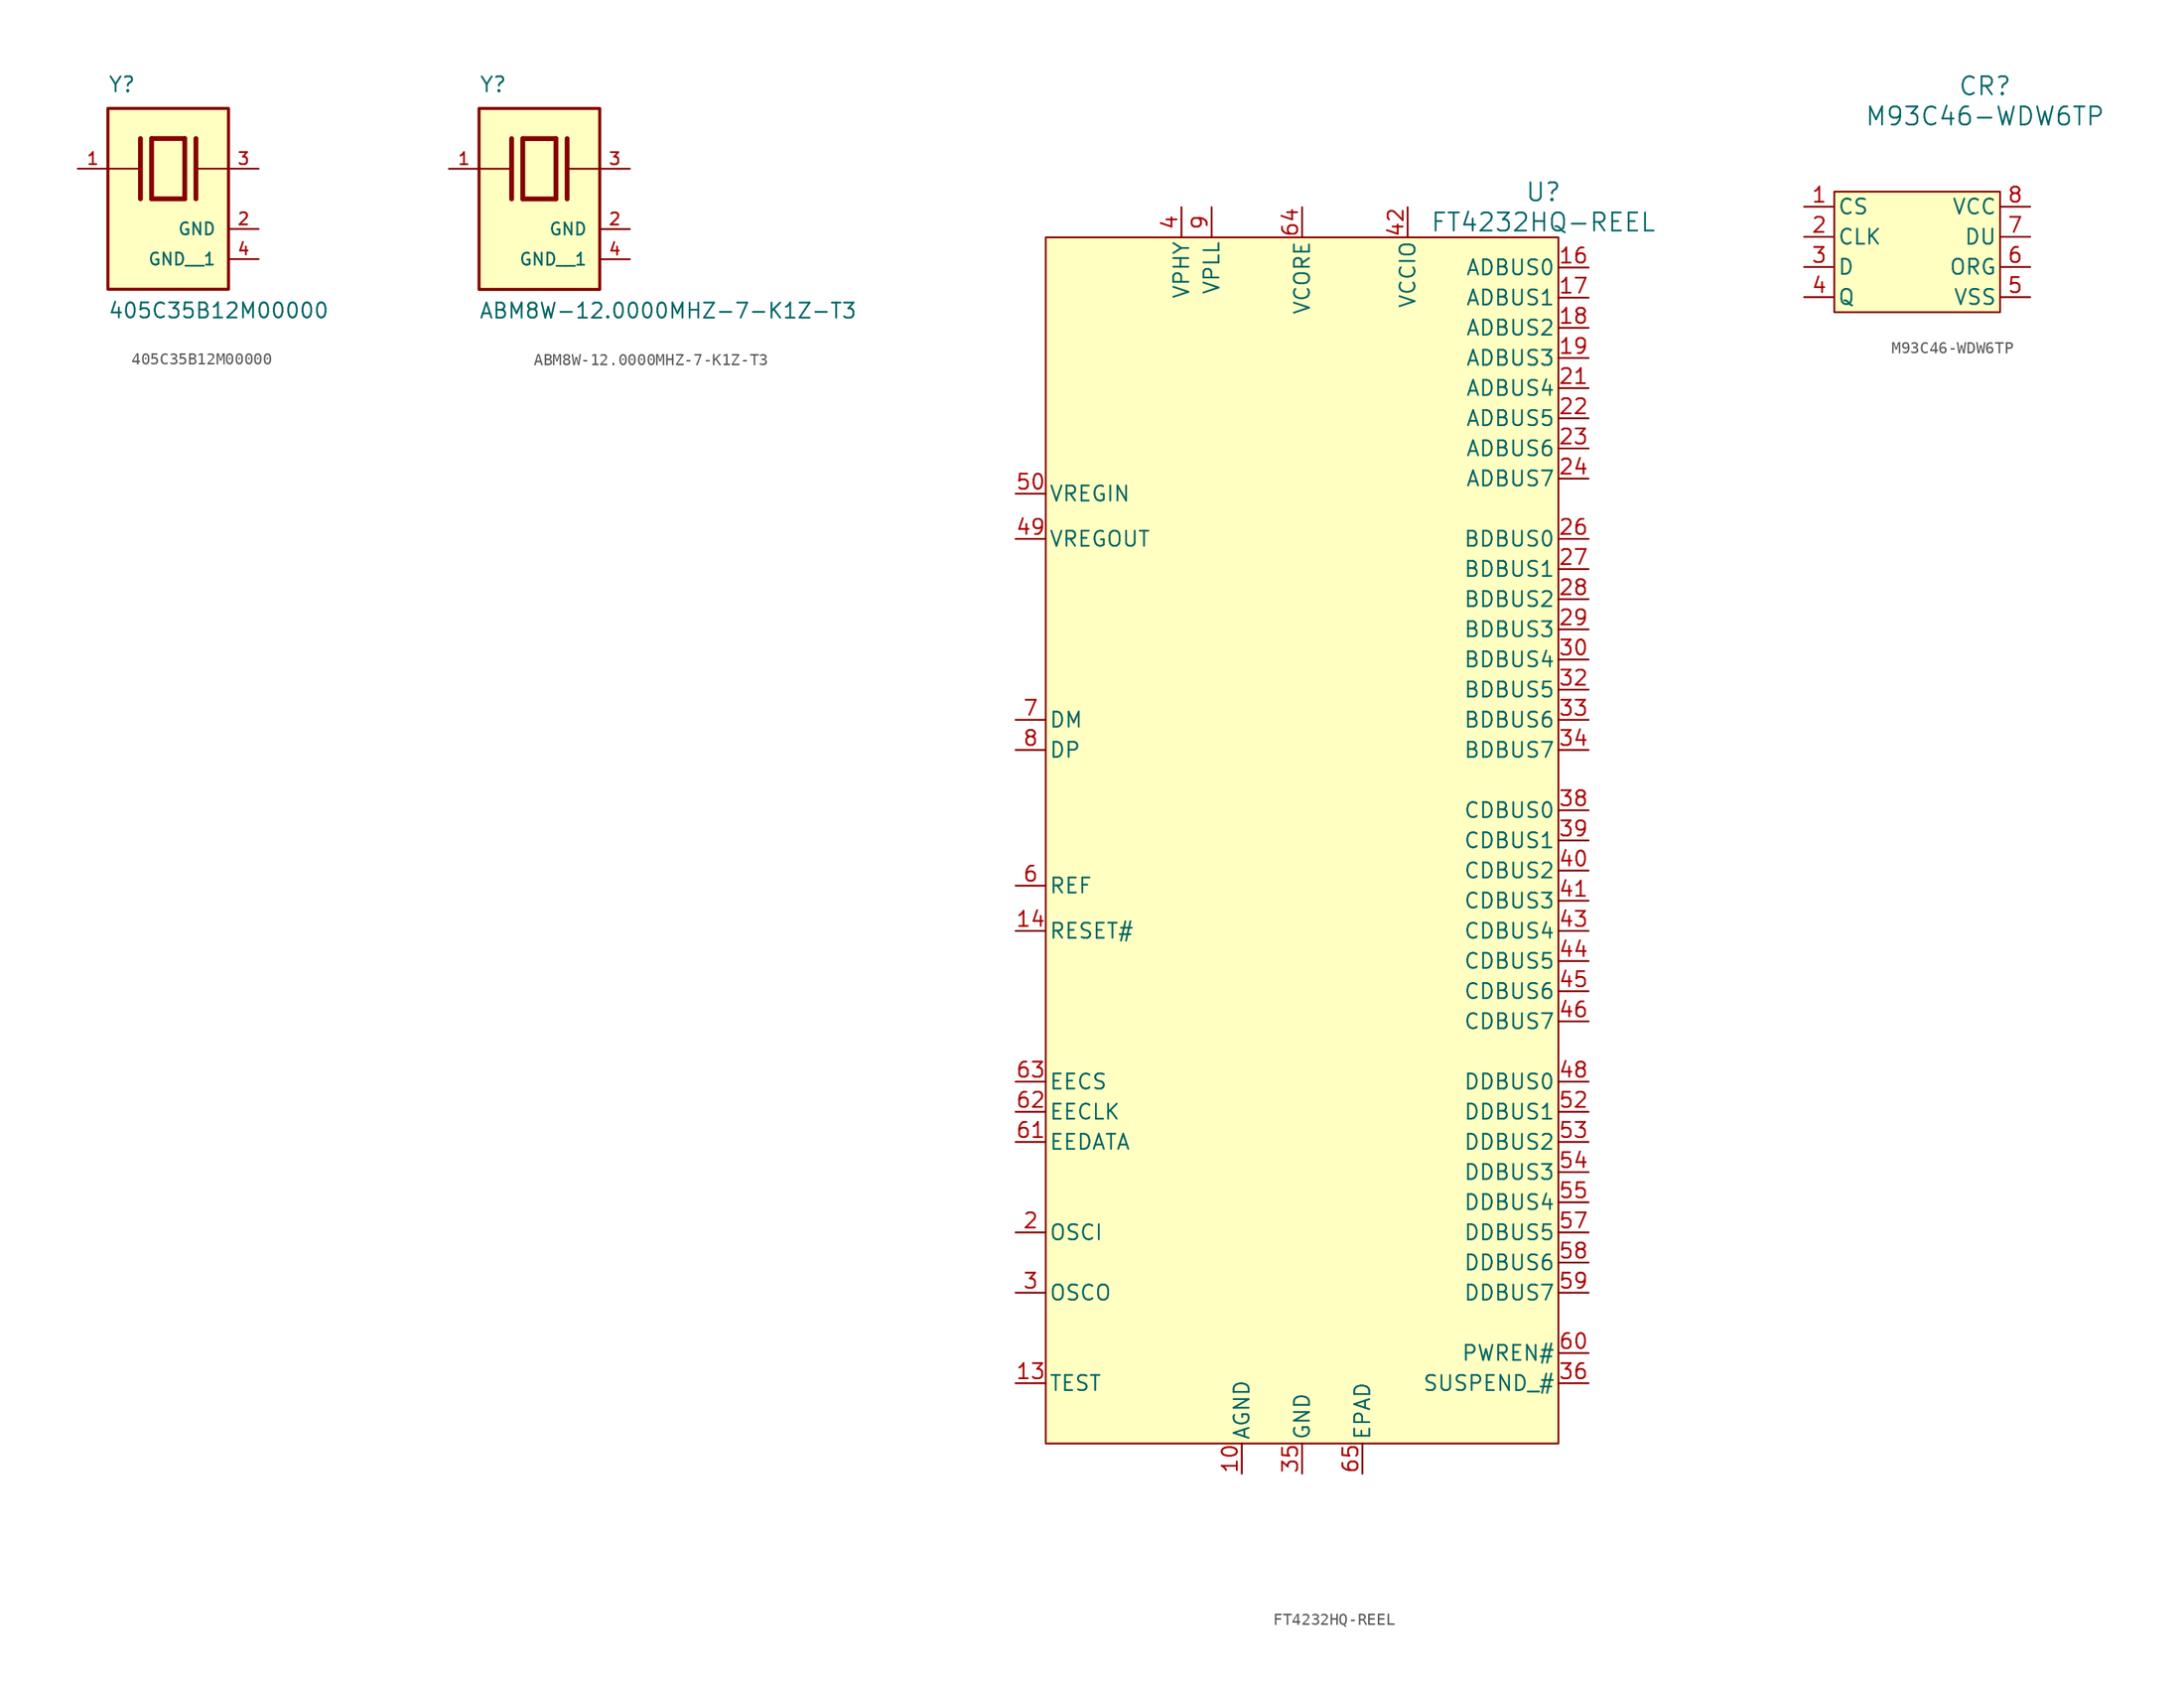
<source format=kicad_sym>
(kicad_symbol_lib
  (version 20220914)
  (generator kicad_symbol_editor)
  (symbol "405C35B12M00000"
    (pin_names
      (offset 1.016))
    (property "Reference" "Y"
      (at -5.08 6.35 0)
      (effects (font (size 1.27 1.27)) (justify left bottom)))
    (property "Value" "405C35B12M00000"
      (at -5.105 -12.7 0)
      (effects (font (size 1.27 1.27)) (justify left bottom)))
    (symbol "405C35B12M00000_0_0"
      (rectangle (start -5.08 -10.16) (end 5.08 5.08) (stroke (width 0.254) (type solid)) (fill (type background)))
      (polyline (pts (xy -5.08 0) (xy -2.54 0)) (stroke (width 0.152) (type solid)) (fill (type none)))
      (polyline (pts (xy -2.337 2.54) (xy -2.337 -2.54)) (stroke (width 0.406) (type solid)) (fill (type none)))
      (polyline (pts (xy -1.397 2.54) (xy -1.397 -2.54)) (stroke (width 0.406) (type solid)) (fill (type none)))
      (polyline (pts (xy -1.397 2.54) (xy 1.397 2.54)) (stroke (width 0.406) (type solid)) (fill (type none)))
      (polyline (pts (xy 1.397 -2.54) (xy -1.397 -2.54)) (stroke (width 0.406) (type solid)) (fill (type none)))
      (polyline (pts (xy 1.397 2.54) (xy 1.397 -2.54)) (stroke (width 0.406) (type solid)) (fill (type none)))
      (polyline (pts (xy 2.337 2.54) (xy 2.337 -2.54)) (stroke (width 0.406) (type solid)) (fill (type none)))
      (polyline (pts (xy 2.54 0) (xy 5.08 0)) (stroke (width 0.152) (type solid)) (fill (type none)))
      (pin passive line (at -7.62 0 0) (length 2.54) (name "~" (effects (font (size 1.016 1.016)))) (number "1" (effects (font (size 1.016 1.016)))))
      (pin power_in line (at 7.62 -5.08 180) (length 2.54) (name "GND" (effects (font (size 1.016 1.016)))) (number "2" (effects (font (size 1.016 1.016)))))
      (pin passive line (at 7.62 0 180) (length 2.54) (name "~" (effects (font (size 1.016 1.016)))) (number "3" (effects (font (size 1.016 1.016)))))
      (pin power_in line (at 7.62 -7.62 180) (length 2.54) (name "GND__1" (effects (font (size 1.016 1.016)))) (number "4" (effects (font (size 1.016 1.016)))))))
  (symbol "ABM8W-12.0000MHZ-7-K1Z-T3"
    (pin_names
      (offset 1.016))
    (property "Reference" "Y"
      (at -5.08 6.35 0)
      (effects (font (size 1.27 1.27)) (justify left bottom)))
    (property "Value" "ABM8W-12.0000MHZ-7-K1Z-T3"
      (at -5.105 -12.7 0)
      (effects (font (size 1.27 1.27)) (justify left bottom)))
    (symbol "ABM8W-12.0000MHZ-7-K1Z-T3_0_0"
      (rectangle (start -5.08 -10.16) (end 5.08 5.08) (stroke (width 0.254) (type solid)) (fill (type background)))
      (polyline (pts (xy -5.08 0) (xy -2.54 0)) (stroke (width 0.152) (type solid)) (fill (type none)))
      (polyline (pts (xy -2.337 2.54) (xy -2.337 -2.54)) (stroke (width 0.406) (type solid)) (fill (type none)))
      (polyline (pts (xy -1.397 2.54) (xy -1.397 -2.54)) (stroke (width 0.406) (type solid)) (fill (type none)))
      (polyline (pts (xy -1.397 2.54) (xy 1.397 2.54)) (stroke (width 0.406) (type solid)) (fill (type none)))
      (polyline (pts (xy 1.397 -2.54) (xy -1.397 -2.54)) (stroke (width 0.406) (type solid)) (fill (type none)))
      (polyline (pts (xy 1.397 2.54) (xy 1.397 -2.54)) (stroke (width 0.406) (type solid)) (fill (type none)))
      (polyline (pts (xy 2.337 2.54) (xy 2.337 -2.54)) (stroke (width 0.406) (type solid)) (fill (type none)))
      (polyline (pts (xy 2.54 0) (xy 5.08 0)) (stroke (width 0.152) (type solid)) (fill (type none)))
      (pin passive line (at -7.62 0 0) (length 2.54) (name "~" (effects (font (size 1.016 1.016)))) (number "1" (effects (font (size 1.016 1.016)))))
      (pin power_in line (at 7.62 -5.08 180) (length 2.54) (name "GND" (effects (font (size 1.016 1.016)))) (number "2" (effects (font (size 1.016 1.016)))))
      (pin passive line (at 7.62 0 180) (length 2.54) (name "~" (effects (font (size 1.016 1.016)))) (number "3" (effects (font (size 1.016 1.016)))))
      (pin power_in line (at 7.62 -7.62 180) (length 2.54) (name "GND__1" (effects (font (size 1.016 1.016)))) (number "4" (effects (font (size 1.016 1.016)))))))
  (symbol "FT4232HQ-REEL"
    (pin_names
      (offset 0.254))
    (property "Reference" "U"
      (at 20.32 53.34 0)
      (effects (font (size 1.524 1.524))))
    (property "Value" "FT4232HQ-REEL"
      (at 20.32 50.8 0)
      (effects (font (size 1.524 1.524))))
    (symbol "FT4232HQ-REEL_0_1"
      (pin power_out line (at -5.08 -54.61 90) (length 2.54) (name "AGND" (effects (font (size 1.27 1.27)))) (number "10" (effects (font (size 1.27 1.27)))))
      (pin input line (at -24.13 -46.99 0) (length 2.54) (name "TEST" (effects (font (size 1.27 1.27)))) (number "13" (effects (font (size 1.27 1.27)))))
      (pin input line (at -24.13 -8.89 0) (length 2.54) (name "RESET#" (effects (font (size 1.27 1.27)))) (number "14" (effects (font (size 1.27 1.27)))))
      (pin bidirectional line (at 24.13 46.99 180) (length 2.54) (name "ADBUS0" (effects (font (size 1.27 1.27)))) (number "16" (effects (font (size 1.27 1.27)))))
      (pin bidirectional line (at 24.13 44.45 180) (length 2.54) (name "ADBUS1" (effects (font (size 1.27 1.27)))) (number "17" (effects (font (size 1.27 1.27)))))
      (pin bidirectional line (at 24.13 41.91 180) (length 2.54) (name "ADBUS2" (effects (font (size 1.27 1.27)))) (number "18" (effects (font (size 1.27 1.27)))))
      (pin bidirectional line (at 24.13 39.37 180) (length 2.54) (name "ADBUS3" (effects (font (size 1.27 1.27)))) (number "19" (effects (font (size 1.27 1.27)))))
      (pin input line (at -24.13 -34.29 0) (length 2.54) (name "OSCI" (effects (font (size 1.27 1.27)))) (number "2" (effects (font (size 1.27 1.27)))))
      (pin bidirectional line (at 24.13 36.83 180) (length 2.54) (name "ADBUS4" (effects (font (size 1.27 1.27)))) (number "21" (effects (font (size 1.27 1.27)))))
      (pin bidirectional line (at 24.13 34.29 180) (length 2.54) (name "ADBUS5" (effects (font (size 1.27 1.27)))) (number "22" (effects (font (size 1.27 1.27)))))
      (pin bidirectional line (at 24.13 31.75 180) (length 2.54) (name "ADBUS6" (effects (font (size 1.27 1.27)))) (number "23" (effects (font (size 1.27 1.27)))))
      (pin bidirectional line (at 24.13 29.21 180) (length 2.54) (name "ADBUS7" (effects (font (size 1.27 1.27)))) (number "24" (effects (font (size 1.27 1.27)))))
      (pin bidirectional line (at 24.13 24.13 180) (length 2.54) (name "BDBUS0" (effects (font (size 1.27 1.27)))) (number "26" (effects (font (size 1.27 1.27)))))
      (pin bidirectional line (at 24.13 21.59 180) (length 2.54) (name "BDBUS1" (effects (font (size 1.27 1.27)))) (number "27" (effects (font (size 1.27 1.27)))))
      (pin bidirectional line (at 24.13 19.05 180) (length 2.54) (name "BDBUS2" (effects (font (size 1.27 1.27)))) (number "28" (effects (font (size 1.27 1.27)))))
      (pin bidirectional line (at 24.13 16.51 180) (length 2.54) (name "BDBUS3" (effects (font (size 1.27 1.27)))) (number "29" (effects (font (size 1.27 1.27)))))
      (pin output line (at -24.13 -39.37 0) (length 2.54) (name "OSCO" (effects (font (size 1.27 1.27)))) (number "3" (effects (font (size 1.27 1.27)))))
      (pin bidirectional line (at 24.13 13.97 180) (length 2.54) (name "BDBUS4" (effects (font (size 1.27 1.27)))) (number "30" (effects (font (size 1.27 1.27)))))
      (pin bidirectional line (at 24.13 11.43 180) (length 2.54) (name "BDBUS5" (effects (font (size 1.27 1.27)))) (number "32" (effects (font (size 1.27 1.27)))))
      (pin bidirectional line (at 24.13 8.89 180) (length 2.54) (name "BDBUS6" (effects (font (size 1.27 1.27)))) (number "33" (effects (font (size 1.27 1.27)))))
      (pin bidirectional line (at 24.13 6.35 180) (length 2.54) (name "BDBUS7" (effects (font (size 1.27 1.27)))) (number "34" (effects (font (size 1.27 1.27)))))
      (pin power_out line (at 0 -54.61 90) (length 2.54) (name "GND" (effects (font (size 1.27 1.27)))) (number "35" (effects (font (size 1.27 1.27)))))
      (pin unspecified line (at 24.13 -46.99 180) (length 2.54) (name "SUSPEND_#" (effects (font (size 1.27 1.27)))) (number "36" (effects (font (size 1.27 1.27)))))
      (pin bidirectional line (at 24.13 1.27 180) (length 2.54) (name "CDBUS0" (effects (font (size 1.27 1.27)))) (number "38" (effects (font (size 1.27 1.27)))))
      (pin bidirectional line (at 24.13 -1.27 180) (length 2.54) (name "CDBUS1" (effects (font (size 1.27 1.27)))) (number "39" (effects (font (size 1.27 1.27)))))
      (pin power_in line (at -10.16 52.07 270) (length 2.54) (name "VPHY" (effects (font (size 1.27 1.27)))) (number "4" (effects (font (size 1.27 1.27)))))
      (pin bidirectional line (at 24.13 -3.81 180) (length 2.54) (name "CDBUS2" (effects (font (size 1.27 1.27)))) (number "40" (effects (font (size 1.27 1.27)))))
      (pin bidirectional line (at 24.13 -6.35 180) (length 2.54) (name "CDBUS3" (effects (font (size 1.27 1.27)))) (number "41" (effects (font (size 1.27 1.27)))))
      (pin power_in line (at 8.89 52.07 270) (length 2.54) (name "VCCIO" (effects (font (size 1.27 1.27)))) (number "42" (effects (font (size 1.27 1.27)))))
      (pin bidirectional line (at 24.13 -8.89 180) (length 2.54) (name "CDBUS4" (effects (font (size 1.27 1.27)))) (number "43" (effects (font (size 1.27 1.27)))))
      (pin bidirectional line (at 24.13 -11.43 180) (length 2.54) (name "CDBUS5" (effects (font (size 1.27 1.27)))) (number "44" (effects (font (size 1.27 1.27)))))
      (pin bidirectional line (at 24.13 -13.97 180) (length 2.54) (name "CDBUS6" (effects (font (size 1.27 1.27)))) (number "45" (effects (font (size 1.27 1.27)))))
      (pin bidirectional line (at 24.13 -16.51 180) (length 2.54) (name "CDBUS7" (effects (font (size 1.27 1.27)))) (number "46" (effects (font (size 1.27 1.27)))))
      (pin bidirectional line (at 24.13 -21.59 180) (length 2.54) (name "DDBUS0" (effects (font (size 1.27 1.27)))) (number "48" (effects (font (size 1.27 1.27)))))
      (pin output line (at -24.13 24.13 0) (length 2.54) (name "VREGOUT" (effects (font (size 1.27 1.27)))) (number "49" (effects (font (size 1.27 1.27)))))
      (pin power_in line (at -24.13 27.94 0) (length 2.54) (name "VREGIN" (effects (font (size 1.27 1.27)))) (number "50" (effects (font (size 1.27 1.27)))))
      (pin bidirectional line (at 24.13 -24.13 180) (length 2.54) (name "DDBUS1" (effects (font (size 1.27 1.27)))) (number "52" (effects (font (size 1.27 1.27)))))
      (pin bidirectional line (at 24.13 -26.67 180) (length 2.54) (name "DDBUS2" (effects (font (size 1.27 1.27)))) (number "53" (effects (font (size 1.27 1.27)))))
      (pin bidirectional line (at 24.13 -29.21 180) (length 2.54) (name "DDBUS3" (effects (font (size 1.27 1.27)))) (number "54" (effects (font (size 1.27 1.27)))))
      (pin bidirectional line (at 24.13 -31.75 180) (length 2.54) (name "DDBUS4" (effects (font (size 1.27 1.27)))) (number "55" (effects (font (size 1.27 1.27)))))
      (pin bidirectional line (at 24.13 -34.29 180) (length 2.54) (name "DDBUS5" (effects (font (size 1.27 1.27)))) (number "57" (effects (font (size 1.27 1.27)))))
      (pin bidirectional line (at 24.13 -36.83 180) (length 2.54) (name "DDBUS6" (effects (font (size 1.27 1.27)))) (number "58" (effects (font (size 1.27 1.27)))))
      (pin bidirectional line (at 24.13 -39.37 180) (length 2.54) (name "DDBUS7" (effects (font (size 1.27 1.27)))) (number "59" (effects (font (size 1.27 1.27)))))
      (pin input line (at -24.13 -5.08 0) (length 2.54) (name "REF" (effects (font (size 1.27 1.27)))) (number "6" (effects (font (size 1.27 1.27)))))
      (pin output line (at 24.13 -44.45 180) (length 2.54) (name "PWREN#" (effects (font (size 1.27 1.27)))) (number "60" (effects (font (size 1.27 1.27)))))
      (pin bidirectional line (at -24.13 -26.67 0) (length 2.54) (name "EEDATA" (effects (font (size 1.27 1.27)))) (number "61" (effects (font (size 1.27 1.27)))))
      (pin output line (at -24.13 -24.13 0) (length 2.54) (name "EECLK" (effects (font (size 1.27 1.27)))) (number "62" (effects (font (size 1.27 1.27)))))
      (pin bidirectional line (at -24.13 -21.59 0) (length 2.54) (name "EECS" (effects (font (size 1.27 1.27)))) (number "63" (effects (font (size 1.27 1.27)))))
      (pin power_in line (at 0 52.07 270) (length 2.54) (name "VCORE" (effects (font (size 1.27 1.27)))) (number "64" (effects (font (size 1.27 1.27)))))
      (pin power_out line (at 5.08 -54.61 90) (length 2.54) (name "EPAD" (effects (font (size 1.27 1.27)))) (number "65" (effects (font (size 1.27 1.27)))))
      (pin bidirectional line (at -24.13 8.89 0) (length 2.54) (name "DM" (effects (font (size 1.27 1.27)))) (number "7" (effects (font (size 1.27 1.27)))))
      (pin bidirectional line (at -24.13 6.35 0) (length 2.54) (name "DP" (effects (font (size 1.27 1.27)))) (number "8" (effects (font (size 1.27 1.27)))))
      (pin power_in line (at -7.62 52.07 270) (length 2.54) (name "VPLL" (effects (font (size 1.27 1.27)))) (number "9" (effects (font (size 1.27 1.27))))))
    (symbol "FT4232HQ-REEL_1_1"
      (rectangle (start -21.59 49.53) (end 21.59 -52.07) (stroke (width 0) (type default)) (fill (type background)))
      (pin power_out line (at 0 -54.61 90) (length 2.54) hide (name "GND" (effects (font (size 1.27 1.27)))) (number "1" (effects (font (size 1.27 1.27)))))
      (pin power_out line (at 0 -54.61 90) (length 2.54) hide (name "GND" (effects (font (size 1.27 1.27)))) (number "11" (effects (font (size 1.27 1.27)))))
      (pin power_in line (at 0 52.07 270) (length 2.54) hide (name "VCORE" (effects (font (size 1.27 1.27)))) (number "12" (effects (font (size 1.27 1.27)))))
      (pin power_out line (at 0 -54.61 90) (length 2.54) hide (name "GND" (effects (font (size 1.27 1.27)))) (number "15" (effects (font (size 1.27 1.27)))))
      (pin power_in line (at 8.89 52.07 270) (length 2.54) hide (name "VCCIO" (effects (font (size 1.27 1.27)))) (number "20" (effects (font (size 1.27 1.27)))))
      (pin power_out line (at 0 -54.61 90) (length 2.54) hide (name "GND" (effects (font (size 1.27 1.27)))) (number "25" (effects (font (size 1.27 1.27)))))
      (pin power_in line (at 8.89 52.07 270) (length 2.54) hide (name "VCCIO" (effects (font (size 1.27 1.27)))) (number "31" (effects (font (size 1.27 1.27)))))
      (pin power_in line (at 0 52.07 270) (length 2.54) hide (name "VCORE" (effects (font (size 1.27 1.27)))) (number "37" (effects (font (size 1.27 1.27)))))
      (pin power_out line (at 0 -54.61 90) (length 2.54) hide (name "GND" (effects (font (size 1.27 1.27)))) (number "47" (effects (font (size 1.27 1.27)))))
      (pin power_out line (at 0 -54.61 90) (length 2.54) hide (name "GND" (effects (font (size 1.27 1.27)))) (number "5" (effects (font (size 1.27 1.27)))))
      (pin power_out line (at 0 -54.61 90) (length 2.54) hide (name "GND" (effects (font (size 1.27 1.27)))) (number "51" (effects (font (size 1.27 1.27)))))
      (pin power_in line (at 8.89 52.07 270) (length 2.54) hide (name "VCCIO" (effects (font (size 1.27 1.27)))) (number "56" (effects (font (size 1.27 1.27)))))))
  (symbol "M93C46-WDW6TP"
    (pin_names
      (offset 0.254))
    (property "Reference" "CR"
      (at 20.32 10.16 0)
      (effects (font (size 1.524 1.524))))
    (property "Value" "M93C46-WDW6TP"
      (at 20.32 7.62 0)
      (effects (font (size 1.524 1.524))))
    (symbol "M93C46-WDW6TP_1_1"
      (rectangle (start 7.62 1.27) (end 21.59 -8.89) (stroke (width 0) (type default)) (fill (type background)))
      (pin input line (at 5.08 0 0) (length 2.54) (name "CS" (effects (font (size 1.27 1.27)))) (number "1" (effects (font (size 1.27 1.27)))))
      (pin input line (at 5.08 -2.54 0) (length 2.54) (name "CLK" (effects (font (size 1.27 1.27)))) (number "2" (effects (font (size 1.27 1.27)))))
      (pin input line (at 5.08 -5.08 0) (length 2.54) (name "D" (effects (font (size 1.27 1.27)))) (number "3" (effects (font (size 1.27 1.27)))))
      (pin output line (at 5.08 -7.62 0) (length 2.54) (name "Q" (effects (font (size 1.27 1.27)))) (number "4" (effects (font (size 1.27 1.27)))))
      (pin power_in line (at 24.13 -7.62 180) (length 2.54) (name "VSS" (effects (font (size 1.27 1.27)))) (number "5" (effects (font (size 1.27 1.27)))))
      (pin input line (at 24.13 -5.08 180) (length 2.54) (name "ORG" (effects (font (size 1.27 1.27)))) (number "6" (effects (font (size 1.27 1.27)))))
      (pin unspecified line (at 24.13 -2.54 180) (length 2.54) (name "DU" (effects (font (size 1.27 1.27)))) (number "7" (effects (font (size 1.27 1.27)))))
      (pin power_in line (at 24.13 0 180) (length 2.54) (name "VCC" (effects (font (size 1.27 1.27)))) (number "8" (effects (font (size 1.27 1.27))))))))
</source>
